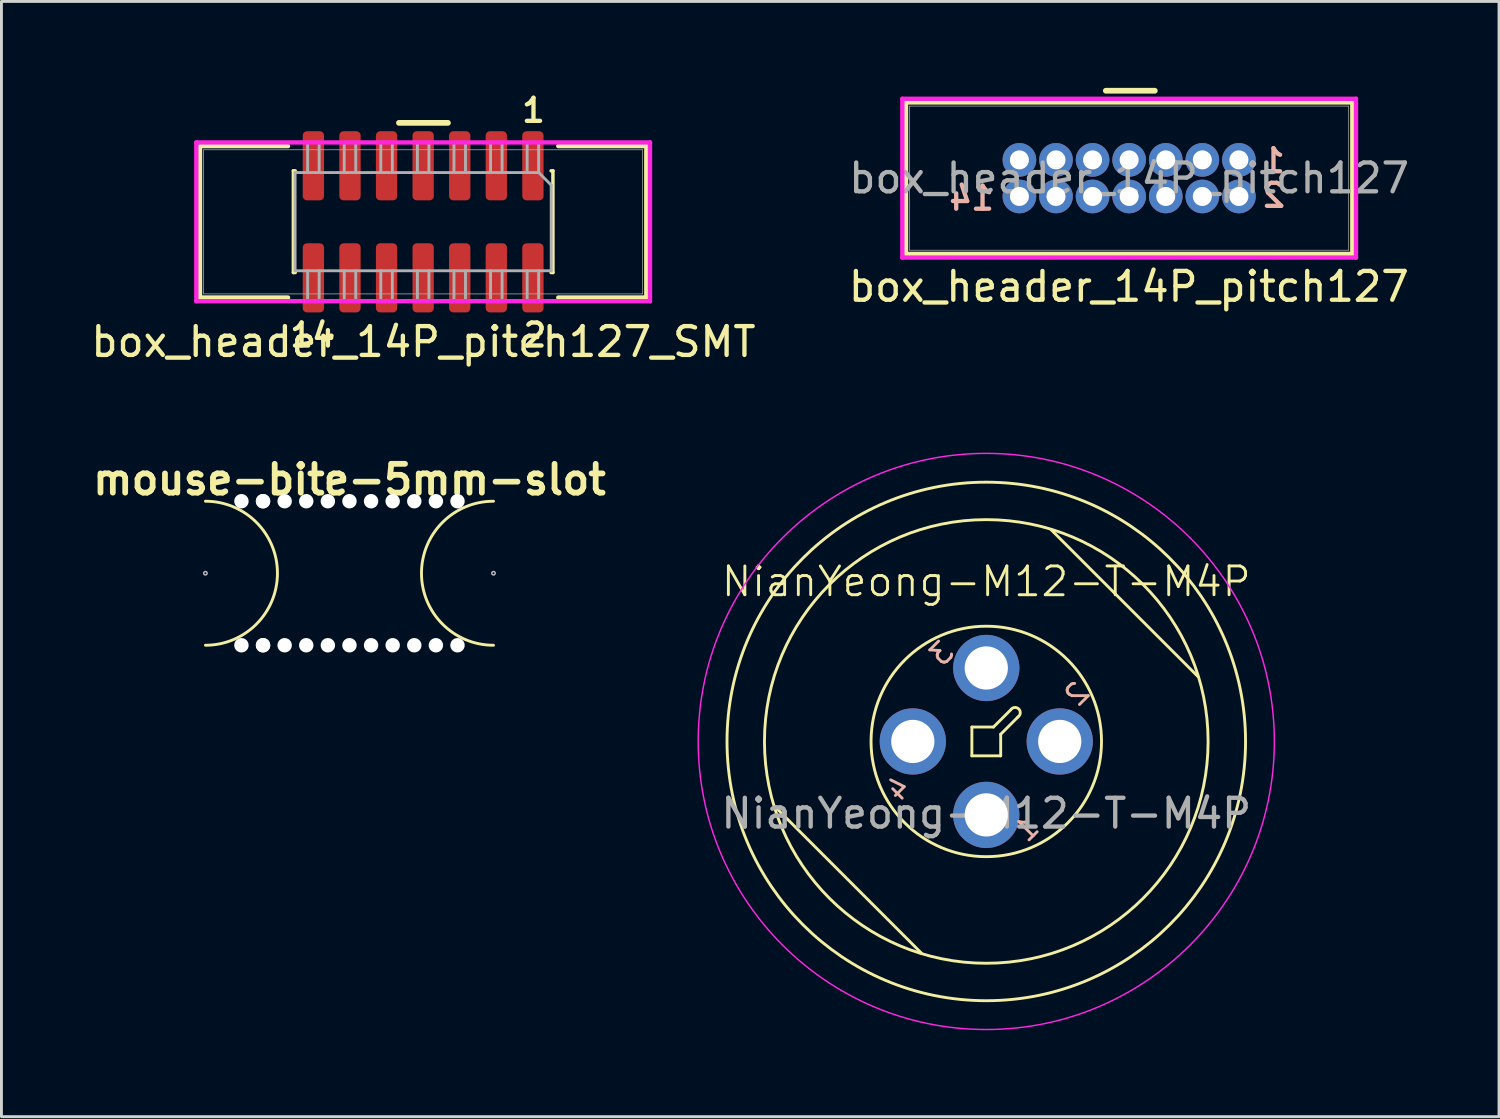
<source format=kicad_pcb>
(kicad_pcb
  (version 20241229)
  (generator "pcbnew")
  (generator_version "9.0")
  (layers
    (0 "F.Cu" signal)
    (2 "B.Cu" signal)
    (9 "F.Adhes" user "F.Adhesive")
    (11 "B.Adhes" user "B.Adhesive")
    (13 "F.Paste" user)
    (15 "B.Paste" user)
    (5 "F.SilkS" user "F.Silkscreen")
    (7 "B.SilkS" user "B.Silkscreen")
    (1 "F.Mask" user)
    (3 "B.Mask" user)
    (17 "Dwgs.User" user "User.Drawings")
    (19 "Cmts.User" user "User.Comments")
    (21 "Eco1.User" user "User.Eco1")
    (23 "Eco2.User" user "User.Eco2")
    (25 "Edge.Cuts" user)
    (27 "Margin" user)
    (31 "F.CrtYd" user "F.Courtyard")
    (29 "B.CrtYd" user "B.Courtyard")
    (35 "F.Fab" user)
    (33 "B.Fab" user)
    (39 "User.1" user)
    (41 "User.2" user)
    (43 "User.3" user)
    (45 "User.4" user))
  (footprint "box_header_14P_pitch127_SMT"
    (layer "F.Cu")
    (at 11.639 4.65)
    (property "Reference" "box_header_14P_pitch127_SMT" (at 0.01 4.165 0) (unlocked yes) (layer "F.SilkS") (effects (font (size 1 1) (thickness 0.15))))
    (attr through_hole)
    (fp_line (start -7.747 -2.629) (end -7.747 2.629) (stroke (width 0.152) (type solid)) (layer "F.SilkS"))
    (fp_line (start -7.747 2.629) (end -4.69 2.629) (stroke (width 0.152) (type solid)) (layer "F.SilkS"))
    (fp_line (start -4.69 -2.629) (end -7.747 -2.629) (stroke (width 0.152) (type solid)) (layer "F.SilkS"))
    (fp_line (start -4.505 -1.77) (end -4.505 1.76) (stroke (width 0.12) (type solid)) (layer "F.SilkS"))
    (fp_line (start -4.44 -1.77) (end -4.505 -1.77) (stroke (width 0.12) (type solid)) (layer "F.SilkS"))
    (fp_line (start -4.44 1.76) (end -4.505 1.76) (stroke (width 0.12) (type solid)) (layer "F.SilkS"))
    (fp_line (start -0.84 -3.435) (end 0.86 -3.435) (stroke (width 0.2) (type default)) (layer "F.SilkS"))
    (fp_line (start 4.505 -1.77) (end 4.44 -1.77) (stroke (width 0.12) (type solid)) (layer "F.SilkS"))
    (fp_line (start 4.505 -1.77) (end 4.505 1.76) (stroke (width 0.12) (type solid)) (layer "F.SilkS"))
    (fp_line (start 4.505 1.76) (end 4.44 1.76) (stroke (width 0.12) (type solid)) (layer "F.SilkS"))
    (fp_line (start 4.69 2.629) (end 7.747 2.629) (stroke (width 0.152) (type solid)) (layer "F.SilkS"))
    (fp_line (start 7.747 -2.629) (end 4.69 -2.629) (stroke (width 0.152) (type solid)) (layer "F.SilkS"))
    (fp_line (start 7.747 2.629) (end 7.747 -2.629) (stroke (width 0.152) (type solid)) (layer "F.SilkS"))
    (fp_line (start -7.874 -2.756) (end -7.874 2.756) (stroke (width 0.152) (type solid)) (layer "F.CrtYd"))
    (fp_line (start -7.874 2.756) (end 7.874 2.756) (stroke (width 0.152) (type solid)) (layer "F.CrtYd"))
    (fp_line (start 7.874 -2.756) (end -7.874 -2.756) (stroke (width 0.152) (type solid)) (layer "F.CrtYd"))
    (fp_line (start 7.874 2.756) (end 7.874 -2.756) (stroke (width 0.152) (type solid)) (layer "F.CrtYd"))
    (fp_line (start -7.62 -2.502) (end -7.62 2.502) (stroke (width 0.025) (type solid)) (layer "F.Fab"))
    (fp_line (start -7.62 2.502) (end 7.62 2.502) (stroke (width 0.025) (type solid)) (layer "F.Fab"))
    (fp_line (start -4.445 -1.71) (end 4.01 -1.71) (stroke (width 0.1) (type solid)) (layer "F.Fab"))
    (fp_line (start -4.445 1.7) (end -4.445 -1.71) (stroke (width 0.1) (type solid)) (layer "F.Fab"))
    (fp_line (start -4.01 -2.755) (end -4.01 -1.71) (stroke (width 0.1) (type solid)) (layer "F.Fab"))
    (fp_line (start -4.01 2.745) (end -4.01 1.7) (stroke (width 0.1) (type solid)) (layer "F.Fab"))
    (fp_line (start -3.61 -2.755) (end -4.01 -2.755) (stroke (width 0.1) (type solid)) (layer "F.Fab"))
    (fp_line (start -3.61 -1.71) (end -3.61 -2.755) (stroke (width 0.1) (type solid)) (layer "F.Fab"))
    (fp_line (start -3.61 1.7) (end -3.61 2.745) (stroke (width 0.1) (type solid)) (layer "F.Fab"))
    (fp_line (start -3.61 2.745) (end -4.01 2.745) (stroke (width 0.1) (type solid)) (layer "F.Fab"))
    (fp_line (start -2.74 -2.755) (end -2.74 -1.71) (stroke (width 0.1) (type solid)) (layer "F.Fab"))
    (fp_line (start -2.74 2.745) (end -2.74 1.7) (stroke (width 0.1) (type solid)) (layer "F.Fab"))
    (fp_line (start -2.34 -2.755) (end -2.74 -2.755) (stroke (width 0.1) (type solid)) (layer "F.Fab"))
    (fp_line (start -2.34 -1.71) (end -2.34 -2.755) (stroke (width 0.1) (type solid)) (layer "F.Fab"))
    (fp_line (start -2.34 1.7) (end -2.34 2.745) (stroke (width 0.1) (type solid)) (layer "F.Fab"))
    (fp_line (start -2.34 2.745) (end -2.74 2.745) (stroke (width 0.1) (type solid)) (layer "F.Fab"))
    (fp_line (start -1.47 -2.755) (end -1.47 -1.71) (stroke (width 0.1) (type solid)) (layer "F.Fab"))
    (fp_line (start -1.47 2.745) (end -1.47 1.7) (stroke (width 0.1) (type solid)) (layer "F.Fab"))
    (fp_line (start -1.07 -2.755) (end -1.47 -2.755) (stroke (width 0.1) (type solid)) (layer "F.Fab"))
    (fp_line (start -1.07 -1.71) (end -1.07 -2.755) (stroke (width 0.1) (type solid)) (layer "F.Fab"))
    (fp_line (start -1.07 1.7) (end -1.07 2.745) (stroke (width 0.1) (type solid)) (layer "F.Fab"))
    (fp_line (start -1.07 2.745) (end -1.47 2.745) (stroke (width 0.1) (type solid)) (layer "F.Fab"))
    (fp_line (start -0.2 -2.755) (end -0.2 -1.71) (stroke (width 0.1) (type solid)) (layer "F.Fab"))
    (fp_line (start -0.2 2.745) (end -0.2 1.7) (stroke (width 0.1) (type solid)) (layer "F.Fab"))
    (fp_line (start 0.2 -2.755) (end -0.2 -2.755) (stroke (width 0.1) (type solid)) (layer "F.Fab"))
    (fp_line (start 0.2 -1.71) (end 0.2 -2.755) (stroke (width 0.1) (type solid)) (layer "F.Fab"))
    (fp_line (start 0.2 1.7) (end 0.2 2.745) (stroke (width 0.1) (type solid)) (layer "F.Fab"))
    (fp_line (start 0.2 2.745) (end -0.2 2.745) (stroke (width 0.1) (type solid)) (layer "F.Fab"))
    (fp_line (start 1.07 -2.755) (end 1.07 -1.71) (stroke (width 0.1) (type solid)) (layer "F.Fab"))
    (fp_line (start 1.07 2.745) (end 1.07 1.7) (stroke (width 0.1) (type solid)) (layer "F.Fab"))
    (fp_line (start 1.47 -2.755) (end 1.07 -2.755) (stroke (width 0.1) (type solid)) (layer "F.Fab"))
    (fp_line (start 1.47 -1.71) (end 1.47 -2.755) (stroke (width 0.1) (type solid)) (layer "F.Fab"))
    (fp_line (start 1.47 1.7) (end 1.47 2.745) (stroke (width 0.1) (type solid)) (layer "F.Fab"))
    (fp_line (start 1.47 2.745) (end 1.07 2.745) (stroke (width 0.1) (type solid)) (layer "F.Fab"))
    (fp_line (start 2.34 -2.755) (end 2.34 -1.71) (stroke (width 0.1) (type solid)) (layer "F.Fab"))
    (fp_line (start 2.34 2.745) (end 2.34 1.7) (stroke (width 0.1) (type solid)) (layer "F.Fab"))
    (fp_line (start 2.74 -2.755) (end 2.34 -2.755) (stroke (width 0.1) (type solid)) (layer "F.Fab"))
    (fp_line (start 2.74 -1.71) (end 2.74 -2.755) (stroke (width 0.1) (type solid)) (layer "F.Fab"))
    (fp_line (start 2.74 1.7) (end 2.74 2.745) (stroke (width 0.1) (type solid)) (layer "F.Fab"))
    (fp_line (start 2.74 2.745) (end 2.34 2.745) (stroke (width 0.1) (type solid)) (layer "F.Fab"))
    (fp_line (start 3.61 -2.755) (end 3.61 -1.71) (stroke (width 0.1) (type solid)) (layer "F.Fab"))
    (fp_line (start 3.61 2.745) (end 3.61 1.7) (stroke (width 0.1) (type solid)) (layer "F.Fab"))
    (fp_line (start 4.01 -2.755) (end 3.61 -2.755) (stroke (width 0.1) (type solid)) (layer "F.Fab"))
    (fp_line (start 4.01 -1.71) (end 4.01 -2.755) (stroke (width 0.1) (type solid)) (layer "F.Fab"))
    (fp_line (start 4.01 -1.71) (end 4.445 -1.275) (stroke (width 0.1) (type solid)) (layer "F.Fab"))
    (fp_line (start 4.01 1.7) (end 4.01 2.745) (stroke (width 0.1) (type solid)) (layer "F.Fab"))
    (fp_line (start 4.01 2.745) (end 3.61 2.745) (stroke (width 0.1) (type solid)) (layer "F.Fab"))
    (fp_line (start 4.445 -1.275) (end 4.445 1.7) (stroke (width 0.1) (type solid)) (layer "F.Fab"))
    (fp_line (start 4.445 1.7) (end -4.445 1.7) (stroke (width 0.1) (type solid)) (layer "F.Fab"))
    (fp_line (start 7.62 -2.502) (end -7.62 -2.502) (stroke (width 0.025) (type solid)) (layer "F.Fab"))
    (fp_line (start 7.62 2.502) (end 7.62 -2.502) (stroke (width 0.025) (type solid)) (layer "F.Fab"))
    (fp_text user "14" (at -4.7 4.4 0) (unlocked yes) (layer "F.SilkS") (effects (font (size 0.8 0.8) (thickness 0.15) (bold yes)) (justify left bottom)))
    (fp_text user "1" (at 3.35 -3.4 0) (unlocked yes) (layer "F.SilkS") (effects (font (size 0.8 0.8) (thickness 0.15) (bold yes)) (justify left bottom)))
    (fp_text user "2" (at 3.4 4.4 0) (unlocked yes) (layer "F.SilkS") (effects (font (size 0.8 0.8) (thickness 0.15) (bold yes)) (justify left bottom)))
    (pad "1" smd roundrect (at 3.81 -1.945 270) (size 2.4 0.74) (layers "F.Cu" "F.Mask" "F.Paste") (roundrect_rratio 0.2))
    (pad "2" smd roundrect (at 3.81 1.945 270) (size 2.4 0.74) (layers "F.Cu" "F.Mask" "F.Paste") (roundrect_rratio 0.2))
    (pad "3" smd roundrect (at 2.54 -1.945 270) (size 2.4 0.74) (layers "F.Cu" "F.Mask" "F.Paste") (roundrect_rratio 0.2))
    (pad "4" smd roundrect (at 2.54 1.945 270) (size 2.4 0.74) (layers "F.Cu" "F.Mask" "F.Paste") (roundrect_rratio 0.2))
    (pad "5" smd roundrect (at 1.27 -1.945 270) (size 2.4 0.74) (layers "F.Cu" "F.Mask" "F.Paste") (roundrect_rratio 0.2))
    (pad "6" smd roundrect (at 1.27 1.945 270) (size 2.4 0.74) (layers "F.Cu" "F.Mask" "F.Paste") (roundrect_rratio 0.2))
    (pad "7" smd roundrect (at 0 -1.945 270) (size 2.4 0.74) (layers "F.Cu" "F.Mask" "F.Paste") (roundrect_rratio 0.2))
    (pad "8" smd roundrect (at 0 1.945 270) (size 2.4 0.74) (layers "F.Cu" "F.Mask" "F.Paste") (roundrect_rratio 0.2))
    (pad "9" smd roundrect (at -1.27 -1.945 270) (size 2.4 0.74) (layers "F.Cu" "F.Mask" "F.Paste") (roundrect_rratio 0.2))
    (pad "10" smd roundrect (at -1.27 1.945 270) (size 2.4 0.74) (layers "F.Cu" "F.Mask" "F.Paste") (roundrect_rratio 0.2))
    (pad "11" smd roundrect (at -2.54 -1.945 270) (size 2.4 0.74) (layers "F.Cu" "F.Mask" "F.Paste") (roundrect_rratio 0.2))
    (pad "12" smd roundrect (at -2.54 1.945 270) (size 2.4 0.74) (layers "F.Cu" "F.Mask" "F.Paste") (roundrect_rratio 0.2))
    (pad "13" smd roundrect (at -3.81 -1.945 270) (size 2.4 0.74) (layers "F.Cu" "F.Mask" "F.Paste") (roundrect_rratio 0.2))
    (pad "14" smd roundrect (at -3.81 1.945 270) (size 2.4 0.74) (layers "F.Cu" "F.Mask" "F.Paste") (roundrect_rratio 0.2)))
  (footprint "mouse-bite-5mm-slot"
    (layer "F.Cu")
    (at 9.081 16.849)
    (property "Reference" "mouse-bite-5mm-slot" (at 0 -3.25 0) (layer "F.SilkS") (effects (font (size 1 1) (thickness 0.2))))
    (attr through_hole)
    (fp_arc (start -5 -2.5) (mid -2.5 0) (end -5 2.5) (stroke (width 0.1) (type solid)) (layer "F.SilkS"))
    (fp_arc (start 5 2.5) (mid 2.5 0) (end 5 -2.5) (stroke (width 0.1) (type solid)) (layer "F.SilkS"))
    (fp_circle (center -5 0) (end -4.94 0) (stroke (width 0.05) (type solid)) (fill no) (layer "Dwgs.User"))
    (fp_circle (center 5 0) (end 5.06 0) (stroke (width 0.05) (type solid)) (fill no) (layer "Dwgs.User"))
    (fp_line (start -5 0) (end -5 0) (stroke (width 5) (type solid)) (layer "Eco1.User"))
    (fp_line (start 5 0) (end 5 0) (stroke (width 5) (type solid)) (layer "Eco1.User"))
    (pad "" np_thru_hole circle (at -3.75 -2.5) (size 0.5 0.5) (drill 0.5) (layers "*.Cu" "*.Mask"))
    (pad "" np_thru_hole circle (at -3.75 2.5) (size 0.5 0.5) (drill 0.5) (layers "*.Cu" "*.Mask"))
    (pad "" np_thru_hole circle (at -3 -2.5) (size 0.5 0.5) (drill 0.5) (layers "*.Cu" "*.Mask"))
    (pad "" np_thru_hole circle (at -3 -2.5) (size 0.5 0.5) (drill 0.5) (layers "*.Cu" "*.Mask"))
    (pad "" np_thru_hole circle (at -3 2.5) (size 0.5 0.5) (drill 0.5) (layers "*.Cu" "*.Mask"))
    (pad "" np_thru_hole circle (at -3 2.5) (size 0.5 0.5) (drill 0.5) (layers "*.Cu" "*.Mask"))
    (pad "" np_thru_hole circle (at -2.25 -2.5) (size 0.5 0.5) (drill 0.5) (layers "*.Cu" "*.Mask"))
    (pad "" np_thru_hole circle (at -2.25 2.5) (size 0.5 0.5) (drill 0.5) (layers "*.Cu" "*.Mask"))
    (pad "" np_thru_hole circle (at -1.5 -2.5) (size 0.5 0.5) (drill 0.5) (layers "*.Cu" "*.Mask"))
    (pad "" np_thru_hole circle (at -1.5 2.5) (size 0.5 0.5) (drill 0.5) (layers "*.Cu" "*.Mask"))
    (pad "" np_thru_hole circle (at -0.75 -2.5) (size 0.5 0.5) (drill 0.5) (layers "*.Cu" "*.Mask"))
    (pad "" np_thru_hole circle (at -0.75 2.5) (size 0.5 0.5) (drill 0.5) (layers "*.Cu" "*.Mask"))
    (pad "" np_thru_hole circle (at 0 -2.5) (size 0.5 0.5) (drill 0.5) (layers "*.Cu" "*.Mask"))
    (pad "" np_thru_hole circle (at 0 2.5) (size 0.5 0.5) (drill 0.5) (layers "*.Cu" "*.Mask"))
    (pad "" np_thru_hole circle (at 0.75 -2.5) (size 0.5 0.5) (drill 0.5) (layers "*.Cu" "*.Mask"))
    (pad "" np_thru_hole circle (at 0.75 2.5) (size 0.5 0.5) (drill 0.5) (layers "*.Cu" "*.Mask"))
    (pad "" np_thru_hole circle (at 1.5 -2.5) (size 0.5 0.5) (drill 0.5) (layers "*.Cu" "*.Mask"))
    (pad "" np_thru_hole circle (at 1.5 2.5) (size 0.5 0.5) (drill 0.5) (layers "*.Cu" "*.Mask"))
    (pad "" np_thru_hole circle (at 2.25 -2.5) (size 0.5 0.5) (drill 0.5) (layers "*.Cu" "*.Mask"))
    (pad "" np_thru_hole circle (at 2.25 2.5) (size 0.5 0.5) (drill 0.5) (layers "*.Cu" "*.Mask"))
    (pad "" np_thru_hole circle (at 3 -2.5) (size 0.5 0.5) (drill 0.5) (layers "*.Cu" "*.Mask"))
    (pad "" np_thru_hole circle (at 3 2.5) (size 0.5 0.5) (drill 0.5) (layers "*.Cu" "*.Mask"))
    (pad "" np_thru_hole circle (at 3.75 -2.5) (size 0.5 0.5) (drill 0.5) (layers "*.Cu" "*.Mask"))
    (pad "" np_thru_hole circle (at 3.75 2.5) (size 0.5 0.5) (drill 0.5) (layers "*.Cu" "*.Mask")))
  (footprint "box_header_14P_pitch127"
    (layer "F.Cu")
    (at 39.957 2.5)
    (property "Reference" "box_header_14P_pitch127" (at -3.82 4.4 0) (unlocked yes) (layer "F.SilkS") (effects (font (size 1 1) (thickness 0.15))))
    (attr through_hole)
    (fp_line (start -11.557 -1.994) (end -11.557 3.264) (stroke (width 0.152) (type solid)) (layer "F.SilkS"))
    (fp_line (start -11.557 3.264) (end 3.937 3.264) (stroke (width 0.152) (type solid)) (layer "F.SilkS"))
    (fp_line (start -4.62 -2.4) (end -2.92 -2.4) (stroke (width 0.2) (type default)) (layer "F.SilkS"))
    (fp_line (start 3.937 -1.994) (end -11.557 -1.994) (stroke (width 0.152) (type solid)) (layer "F.SilkS"))
    (fp_line (start 3.937 3.264) (end 3.937 -1.994) (stroke (width 0.152) (type solid)) (layer "F.SilkS"))
    (fp_line (start -11.684 -2.121) (end -11.684 3.391) (stroke (width 0.152) (type solid)) (layer "F.CrtYd"))
    (fp_line (start -11.684 3.391) (end 4.064 3.391) (stroke (width 0.152) (type solid)) (layer "F.CrtYd"))
    (fp_line (start 4.064 -2.121) (end -11.684 -2.121) (stroke (width 0.152) (type solid)) (layer "F.CrtYd"))
    (fp_line (start 4.064 3.391) (end 4.064 -2.121) (stroke (width 0.152) (type solid)) (layer "F.CrtYd"))
    (fp_line (start -11.43 -1.867) (end -11.43 3.137) (stroke (width 0.025) (type solid)) (layer "F.Fab"))
    (fp_line (start -11.43 3.137) (end 3.81 3.137) (stroke (width 0.025) (type solid)) (layer "F.Fab"))
    (fp_line (start 3.81 -1.867) (end -11.43 -1.867) (stroke (width 0.025) (type solid)) (layer "F.Fab"))
    (fp_line (start 3.81 3.137) (end 3.81 -1.867) (stroke (width 0.025) (type solid)) (layer "F.Fab"))
    (fp_text user "2" (at 1.68 1.7 0) (unlocked yes) (layer "B.SilkS") (effects (font (size 0.8 0.8) (thickness 0.15) (bold yes)) (justify left bottom mirror)))
    (fp_text user "14" (at -8.42 1.8 0) (unlocked yes) (layer "B.SilkS") (effects (font (size 0.8 0.8) (thickness 0.15) (bold yes)) (justify left bottom mirror)))
    (fp_text user "1" (at 1.68 0.5 0) (unlocked yes) (layer "B.SilkS") (effects (font (size 0.8 0.8) (thickness 0.15) (bold yes)) (justify left bottom mirror)))
    (fp_text user "${REFERENCE}" (at -3.81 0.635 0) (unlocked yes) (layer "F.Fab") (effects (font (size 1 1) (thickness 0.15))))
    (pad "1" thru_hole circle (at 0 0) (size 1.168 1.168) (drill 0.66) (layers "*.Cu" "*.Mask"))
    (pad "2" thru_hole circle (at 0 1.27) (size 1.168 1.168) (drill 0.66) (layers "*.Cu" "*.Mask"))
    (pad "3" thru_hole circle (at -1.27 0) (size 1.168 1.168) (drill 0.66) (layers "*.Cu" "*.Mask"))
    (pad "4" thru_hole circle (at -1.27 1.27) (size 1.168 1.168) (drill 0.66) (layers "*.Cu" "*.Mask"))
    (pad "5" thru_hole circle (at -2.54 0) (size 1.168 1.168) (drill 0.66) (layers "*.Cu" "*.Mask"))
    (pad "6" thru_hole circle (at -2.54 1.27) (size 1.168 1.168) (drill 0.66) (layers "*.Cu" "*.Mask"))
    (pad "7" thru_hole circle (at -3.81 0) (size 1.168 1.168) (drill 0.66) (layers "*.Cu" "*.Mask"))
    (pad "8" thru_hole circle (at -3.81 1.27) (size 1.168 1.168) (drill 0.66) (layers "*.Cu" "*.Mask"))
    (pad "9" thru_hole circle (at -5.08 0) (size 1.168 1.168) (drill 0.66) (layers "*.Cu" "*.Mask"))
    (pad "10" thru_hole circle (at -5.08 1.27) (size 1.168 1.168) (drill 0.66) (layers "*.Cu" "*.Mask"))
    (pad "11" thru_hole circle (at -6.35 0) (size 1.168 1.168) (drill 0.66) (layers "*.Cu" "*.Mask"))
    (pad "12" thru_hole circle (at -6.35 1.27) (size 1.168 1.168) (drill 0.66) (layers "*.Cu" "*.Mask"))
    (pad "13" thru_hole circle (at -7.62 0) (size 1.168 1.168) (drill 0.66) (layers "*.Cu" "*.Mask"))
    (pad "14" thru_hole circle (at -7.62 1.27) (size 1.168 1.168) (drill 0.66) (layers "*.Cu" "*.Mask")))
  (footprint "NianYeong-M12-T-M4P"
    (layer "F.Cu")
    (at 31.187 22.688)
    (property "Reference" "NianYeong-M12-T-M4P" (at 0 -5.55 0) (unlocked yes) (layer "F.SilkS") (effects (font (size 1 1) (thickness 0.1))))
    (attr through_hole)
    (fp_line (start -2.25 7.35) (end -7.35 2.25) (stroke (width 0.1) (type default)) (layer "F.SilkS"))
    (fp_line (start -0.5 -0.5) (end -0.5 0.5) (stroke (width 0.1) (type default)) (layer "F.SilkS"))
    (fp_line (start -0.5 -0.5) (end 0.25 -0.5) (stroke (width 0.1) (type default)) (layer "F.SilkS"))
    (fp_line (start -0.5 0.5) (end 0.5 0.5) (stroke (width 0.1) (type default)) (layer "F.SilkS"))
    (fp_line (start 0.25 -0.5) (end 0.85 -1.1) (stroke (width 0.1) (type default)) (layer "F.SilkS"))
    (fp_line (start 0.5 -0.25) (end 1.1 -0.85) (stroke (width 0.1) (type default)) (layer "F.SilkS"))
    (fp_line (start 0.5 0.5) (end 0.5 -0.25) (stroke (width 0.1) (type default)) (layer "F.SilkS"))
    (fp_line (start 7.35 -2.25) (end 2.25 -7.35) (stroke (width 0.1) (type default)) (layer "F.SilkS"))
    (fp_arc (start 0.872525 -1.127475) (mid 1.139416 -1.114294) (end 1.1 -0.85) (stroke (width 0.1) (type default)) (layer "F.SilkS"))
    (fp_circle (center 0 0) (end 0 -7.7) (stroke (width 0.1) (type default)) (fill no) (layer "F.SilkS"))
    (fp_circle (center 0 0) (end 0 -4) (stroke (width 0.1) (type default)) (fill no) (layer "F.SilkS"))
    (fp_circle (center 0 0) (end 9 0) (stroke (width 0.1) (type default)) (fill no) (layer "F.SilkS"))
    (fp_circle (center 0 0) (end 10 0) (stroke (width 0.05) (type default)) (fill no) (layer "F.CrtYd"))
    (fp_text user "1" (at 1.4 3.05 45) (unlocked yes) (layer "B.SilkS") (effects (font (size 0.7 0.7) (thickness 0.1) (bold yes)) (justify mirror)))
    (fp_text user "3" (at -1.55 -3.05 45) (unlocked yes) (layer "B.SilkS") (effects (font (size 0.7 0.7) (thickness 0.1) (bold yes)) (justify mirror)))
    (fp_text user "4" (at -3.05 1.65 45) (unlocked yes) (layer "B.SilkS") (effects (font (size 0.7 0.7) (thickness 0.1) (bold yes)) (justify mirror)))
    (fp_text user "2" (at 3.15 -1.65 45) (unlocked yes) (layer "B.SilkS") (effects (font (size 0.7 0.7) (thickness 0.1) (bold yes)) (justify mirror)))
    (fp_text user "${REFERENCE}" (at 0 2.5 0) (unlocked yes) (layer "F.Fab") (effects (font (size 1 1) (thickness 0.15))))
    (pad "1" thru_hole circle (at 0 2.55) (size 2.3 2.3) (drill 1.5) (layers "*.Cu" "*.Mask"))
    (pad "2" thru_hole circle (at 2.55 0) (size 2.3 2.3) (drill 1.5) (layers "*.Cu" "*.Mask"))
    (pad "3" thru_hole circle (at 0 -2.55) (size 2.3 2.3) (drill 1.5) (layers "*.Cu" "*.Mask"))
    (pad "4" thru_hole circle (at -2.55 0) (size 2.3 2.3) (drill 1.5) (layers "*.Cu" "*.Mask")))
  (gr_rect
    (start -3 -3)
    (end 48.986 35.713)
    (stroke (width 0.1) (type default))
    (fill no)
    (layer "Edge.Cuts")))
</source>
